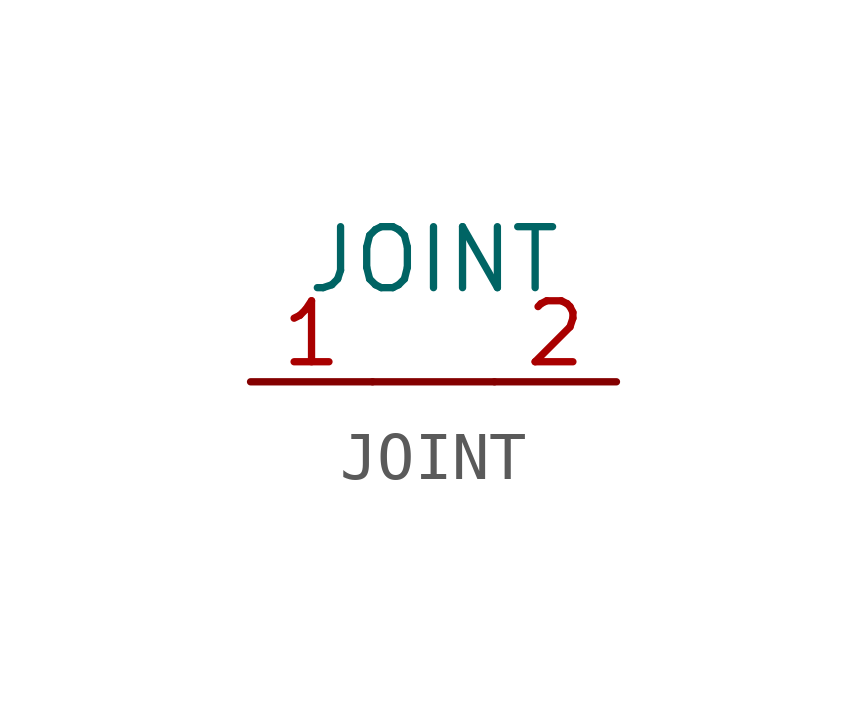
<source format=kicad_sym>
(kicad_symbol_lib
  (version 20231120)
  (generator "kicad_symbol_editor")
  (generator_version "8.0")
  (symbol "JOINT"
    (pin_names
      (offset 1.016))
    (property "Reference" "JO"
      (at 0 -1.27 0)
      (effects (font (size 1.27 1.27)) (hide yes)))
    (property "Value" "JOINT"
      (at 0 2.54 0)
      (effects (font (size 1.27 1.27))))
    (symbol "JOINT_0_1"
      (polyline (pts (xy -1.27 0) (xy 1.27 0)) (stroke (width 0) (type solid)) (fill (type none))))
    (symbol "JOINT_1_1"
      (pin input line (at -3.81 0 0) (length 2.54) (name "~" (effects (font (size 1.27 1.27)))) (number "1" (effects (font (size 1.27 1.27)))))
      (pin input line (at 3.81 0 180) (length 2.54) (name "~" (effects (font (size 1.27 1.27)))) (number "2" (effects (font (size 1.27 1.27))))))))
</source>
